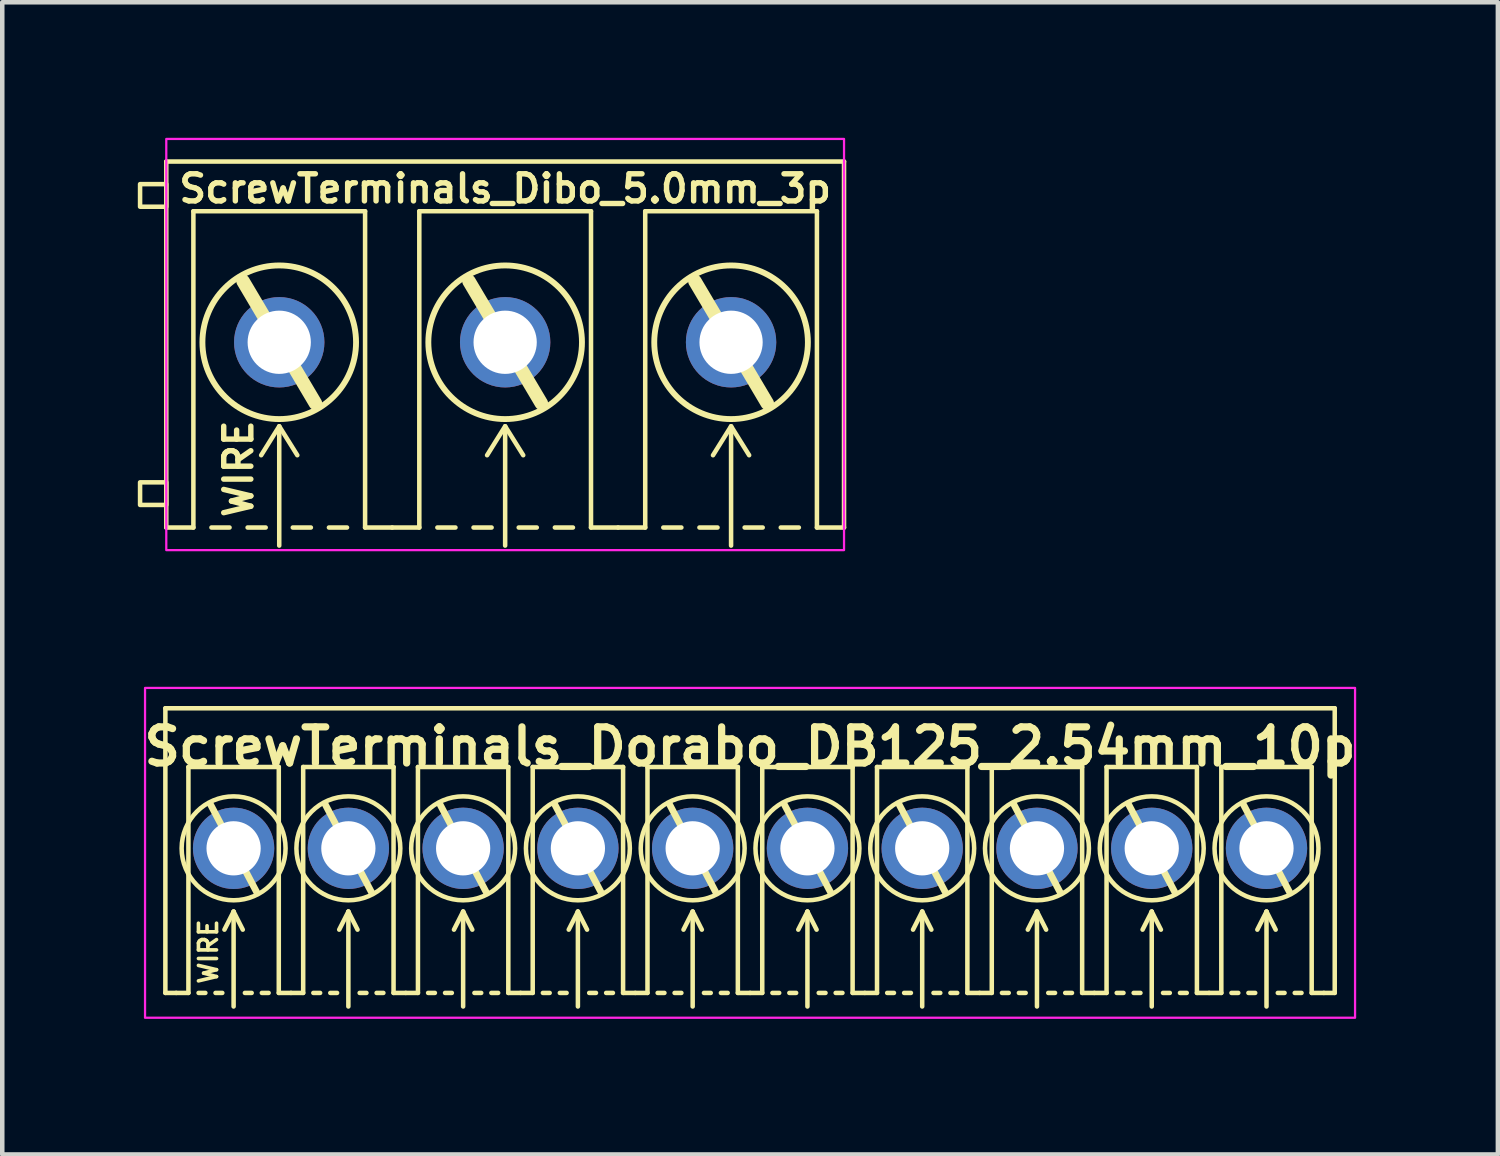
<source format=kicad_pcb>
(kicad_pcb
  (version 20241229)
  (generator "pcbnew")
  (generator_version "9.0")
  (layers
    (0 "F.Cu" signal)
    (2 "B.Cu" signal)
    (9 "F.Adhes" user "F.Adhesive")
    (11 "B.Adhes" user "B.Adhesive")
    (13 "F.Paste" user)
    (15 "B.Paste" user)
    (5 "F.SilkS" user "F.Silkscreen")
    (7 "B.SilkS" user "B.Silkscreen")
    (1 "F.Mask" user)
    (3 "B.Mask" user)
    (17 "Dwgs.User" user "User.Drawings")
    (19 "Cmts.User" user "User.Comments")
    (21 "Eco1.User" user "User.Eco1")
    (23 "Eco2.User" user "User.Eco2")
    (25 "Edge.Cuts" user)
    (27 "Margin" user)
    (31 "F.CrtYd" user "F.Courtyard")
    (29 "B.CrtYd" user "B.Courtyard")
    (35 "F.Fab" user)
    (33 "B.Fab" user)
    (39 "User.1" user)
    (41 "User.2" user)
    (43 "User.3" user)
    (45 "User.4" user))
  (footprint "ScrewTerminals_Dorabo_DB125_2.54mm_10p"
    (layer "F.Cu")
    (at 13.55 15.725)
    (property "Reference" "ScrewTerminals_Dorabo_DB125_2.54mm_10p" (at 0 -2.25 0) (unlocked yes) (layer "F.SilkS") (effects (font (size 0.8 0.8) (thickness 0.16) (bold yes))))
    (attr through_hole)
    (fp_line (start -12.94 -3.1) (end 12.94 -3.1) (stroke (width 0.1) (type default)) (layer "F.SilkS"))
    (fp_line (start -12.94 3.2) (end -12.94 -3.1) (stroke (width 0.1) (type default)) (layer "F.SilkS"))
    (fp_line (start -12.94 3.2) (end -12.7 3.2) (stroke (width 0.1) (type default)) (layer "F.SilkS"))
    (fp_line (start -12.7 3.2) (end -12.43 3.2) (stroke (width 0.1) (type default)) (layer "F.SilkS"))
    (fp_line (start -12.43 -1.8) (end -10.43 -1.8) (stroke (width 0.1) (type solid)) (layer "F.SilkS"))
    (fp_line (start -12.43 3.2) (end -12.43 -1.8) (stroke (width 0.1) (type solid)) (layer "F.SilkS"))
    (fp_line (start -12.205 3.2) (end -12.055 3.2) (stroke (width 0.1) (type default)) (layer "F.SilkS"))
    (fp_line (start -11.938 -0.965) (end -10.922 0.965) (stroke (width 0.15) (type default)) (layer "F.SilkS"))
    (fp_line (start -11.83 3.2) (end -11.68 3.2) (stroke (width 0.1) (type default)) (layer "F.SilkS"))
    (fp_line (start -11.43 1.4) (end -11.633 1.8) (stroke (width 0.1) (type default)) (layer "F.SilkS"))
    (fp_line (start -11.43 1.4) (end -11.227 1.8) (stroke (width 0.1) (type default)) (layer "F.SilkS"))
    (fp_line (start -11.43 3.5) (end -11.43 1.4) (stroke (width 0.1) (type default)) (layer "F.SilkS"))
    (fp_line (start -11.18 3.2) (end -11.03 3.2) (stroke (width 0.1) (type default)) (layer "F.SilkS"))
    (fp_line (start -10.805 3.2) (end -10.655 3.2) (stroke (width 0.1) (type default)) (layer "F.SilkS"))
    (fp_line (start -10.43 -1.8) (end -10.43 3.2) (stroke (width 0.1) (type solid)) (layer "F.SilkS"))
    (fp_line (start -10.43 3.2) (end -10.16 3.2) (stroke (width 0.1) (type default)) (layer "F.SilkS"))
    (fp_line (start -10.16 3.2) (end -9.89 3.2) (stroke (width 0.1) (type default)) (layer "F.SilkS"))
    (fp_line (start -9.89 -1.8) (end -7.89 -1.8) (stroke (width 0.1) (type solid)) (layer "F.SilkS"))
    (fp_line (start -9.89 3.2) (end -9.89 -1.8) (stroke (width 0.1) (type solid)) (layer "F.SilkS"))
    (fp_line (start -9.665 3.2) (end -9.515 3.2) (stroke (width 0.1) (type default)) (layer "F.SilkS"))
    (fp_line (start -9.398 -0.965) (end -8.382 0.965) (stroke (width 0.15) (type default)) (layer "F.SilkS"))
    (fp_line (start -9.29 3.2) (end -9.14 3.2) (stroke (width 0.1) (type default)) (layer "F.SilkS"))
    (fp_line (start -8.89 1.4) (end -9.093 1.8) (stroke (width 0.1) (type default)) (layer "F.SilkS"))
    (fp_line (start -8.89 1.4) (end -8.687 1.8) (stroke (width 0.1) (type default)) (layer "F.SilkS"))
    (fp_line (start -8.89 3.5) (end -8.89 1.4) (stroke (width 0.1) (type default)) (layer "F.SilkS"))
    (fp_line (start -8.64 3.2) (end -8.49 3.2) (stroke (width 0.1) (type default)) (layer "F.SilkS"))
    (fp_line (start -8.265 3.2) (end -8.115 3.2) (stroke (width 0.1) (type default)) (layer "F.SilkS"))
    (fp_line (start -7.89 -1.8) (end -7.89 3.2) (stroke (width 0.1) (type solid)) (layer "F.SilkS"))
    (fp_line (start -7.89 3.2) (end -7.62 3.2) (stroke (width 0.1) (type default)) (layer "F.SilkS"))
    (fp_line (start -7.62 3.2) (end -7.35 3.2) (stroke (width 0.1) (type default)) (layer "F.SilkS"))
    (fp_line (start -7.35 -1.8) (end -5.35 -1.8) (stroke (width 0.1) (type solid)) (layer "F.SilkS"))
    (fp_line (start -7.35 3.2) (end -7.35 -1.8) (stroke (width 0.1) (type solid)) (layer "F.SilkS"))
    (fp_line (start -7.125 3.2) (end -6.975 3.2) (stroke (width 0.1) (type default)) (layer "F.SilkS"))
    (fp_line (start -6.858 -0.965) (end -5.842 0.965) (stroke (width 0.15) (type default)) (layer "F.SilkS"))
    (fp_line (start -6.75 3.2) (end -6.6 3.2) (stroke (width 0.1) (type default)) (layer "F.SilkS"))
    (fp_line (start -6.35 1.4) (end -6.553 1.8) (stroke (width 0.1) (type default)) (layer "F.SilkS"))
    (fp_line (start -6.35 1.4) (end -6.147 1.8) (stroke (width 0.1) (type default)) (layer "F.SilkS"))
    (fp_line (start -6.35 3.5) (end -6.35 1.4) (stroke (width 0.1) (type default)) (layer "F.SilkS"))
    (fp_line (start -6.1 3.2) (end -5.95 3.2) (stroke (width 0.1) (type default)) (layer "F.SilkS"))
    (fp_line (start -5.725 3.2) (end -5.575 3.2) (stroke (width 0.1) (type default)) (layer "F.SilkS"))
    (fp_line (start -5.35 -1.8) (end -5.35 3.2) (stroke (width 0.1) (type solid)) (layer "F.SilkS"))
    (fp_line (start -5.35 3.2) (end -5.08 3.2) (stroke (width 0.1) (type default)) (layer "F.SilkS"))
    (fp_line (start -5.08 3.2) (end -4.81 3.2) (stroke (width 0.1) (type default)) (layer "F.SilkS"))
    (fp_line (start -4.81 -1.8) (end -2.81 -1.8) (stroke (width 0.1) (type solid)) (layer "F.SilkS"))
    (fp_line (start -4.81 3.2) (end -4.81 -1.8) (stroke (width 0.1) (type solid)) (layer "F.SilkS"))
    (fp_line (start -4.585 3.2) (end -4.435 3.2) (stroke (width 0.1) (type default)) (layer "F.SilkS"))
    (fp_line (start -4.318 -0.965) (end -3.302 0.965) (stroke (width 0.15) (type default)) (layer "F.SilkS"))
    (fp_line (start -4.21 3.2) (end -4.06 3.2) (stroke (width 0.1) (type default)) (layer "F.SilkS"))
    (fp_line (start -3.81 1.4) (end -4.013 1.8) (stroke (width 0.1) (type default)) (layer "F.SilkS"))
    (fp_line (start -3.81 1.4) (end -3.607 1.8) (stroke (width 0.1) (type default)) (layer "F.SilkS"))
    (fp_line (start -3.81 3.5) (end -3.81 1.4) (stroke (width 0.1) (type default)) (layer "F.SilkS"))
    (fp_line (start -3.56 3.2) (end -3.41 3.2) (stroke (width 0.1) (type default)) (layer "F.SilkS"))
    (fp_line (start -3.185 3.2) (end -3.035 3.2) (stroke (width 0.1) (type default)) (layer "F.SilkS"))
    (fp_line (start -2.81 -1.8) (end -2.81 3.2) (stroke (width 0.1) (type solid)) (layer "F.SilkS"))
    (fp_line (start -2.81 3.2) (end -2.54 3.2) (stroke (width 0.1) (type default)) (layer "F.SilkS"))
    (fp_line (start -2.54 3.2) (end -2.27 3.2) (stroke (width 0.1) (type default)) (layer "F.SilkS"))
    (fp_line (start -2.27 -1.8) (end -0.27 -1.8) (stroke (width 0.1) (type solid)) (layer "F.SilkS"))
    (fp_line (start -2.27 3.2) (end -2.27 -1.8) (stroke (width 0.1) (type solid)) (layer "F.SilkS"))
    (fp_line (start -2.045 3.2) (end -1.895 3.2) (stroke (width 0.1) (type default)) (layer "F.SilkS"))
    (fp_line (start -1.778 -0.965) (end -0.762 0.965) (stroke (width 0.15) (type default)) (layer "F.SilkS"))
    (fp_line (start -1.67 3.2) (end -1.52 3.2) (stroke (width 0.1) (type default)) (layer "F.SilkS"))
    (fp_line (start -1.27 1.4) (end -1.473 1.8) (stroke (width 0.1) (type default)) (layer "F.SilkS"))
    (fp_line (start -1.27 1.4) (end -1.067 1.8) (stroke (width 0.1) (type default)) (layer "F.SilkS"))
    (fp_line (start -1.27 3.5) (end -1.27 1.4) (stroke (width 0.1) (type default)) (layer "F.SilkS"))
    (fp_line (start -1.02 3.2) (end -0.87 3.2) (stroke (width 0.1) (type default)) (layer "F.SilkS"))
    (fp_line (start -0.645 3.2) (end -0.495 3.2) (stroke (width 0.1) (type default)) (layer "F.SilkS"))
    (fp_line (start -0.27 -1.8) (end -0.27 3.2) (stroke (width 0.1) (type solid)) (layer "F.SilkS"))
    (fp_line (start -0.27 3.2) (end 0 3.2) (stroke (width 0.1) (type default)) (layer "F.SilkS"))
    (fp_line (start 0 3.2) (end 0.27 3.2) (stroke (width 0.1) (type default)) (layer "F.SilkS"))
    (fp_line (start 0.27 -1.8) (end 2.27 -1.8) (stroke (width 0.1) (type solid)) (layer "F.SilkS"))
    (fp_line (start 0.27 3.2) (end 0.27 -1.8) (stroke (width 0.1) (type solid)) (layer "F.SilkS"))
    (fp_line (start 0.495 3.2) (end 0.645 3.2) (stroke (width 0.1) (type default)) (layer "F.SilkS"))
    (fp_line (start 0.762 -0.965) (end 1.778 0.965) (stroke (width 0.15) (type default)) (layer "F.SilkS"))
    (fp_line (start 0.87 3.2) (end 1.02 3.2) (stroke (width 0.1) (type default)) (layer "F.SilkS"))
    (fp_line (start 1.27 1.4) (end 1.067 1.8) (stroke (width 0.1) (type default)) (layer "F.SilkS"))
    (fp_line (start 1.27 1.4) (end 1.473 1.8) (stroke (width 0.1) (type default)) (layer "F.SilkS"))
    (fp_line (start 1.27 3.5) (end 1.27 1.4) (stroke (width 0.1) (type default)) (layer "F.SilkS"))
    (fp_line (start 1.52 3.2) (end 1.67 3.2) (stroke (width 0.1) (type default)) (layer "F.SilkS"))
    (fp_line (start 1.895 3.2) (end 2.045 3.2) (stroke (width 0.1) (type default)) (layer "F.SilkS"))
    (fp_line (start 2.27 -1.8) (end 2.27 3.2) (stroke (width 0.1) (type solid)) (layer "F.SilkS"))
    (fp_line (start 2.27 3.2) (end 2.54 3.2) (stroke (width 0.1) (type default)) (layer "F.SilkS"))
    (fp_line (start 2.54 3.2) (end 2.81 3.2) (stroke (width 0.1) (type default)) (layer "F.SilkS"))
    (fp_line (start 2.81 -1.8) (end 4.81 -1.8) (stroke (width 0.1) (type solid)) (layer "F.SilkS"))
    (fp_line (start 2.81 3.2) (end 2.81 -1.8) (stroke (width 0.1) (type solid)) (layer "F.SilkS"))
    (fp_line (start 3.035 3.2) (end 3.185 3.2) (stroke (width 0.1) (type default)) (layer "F.SilkS"))
    (fp_line (start 3.302 -0.965) (end 4.318 0.965) (stroke (width 0.15) (type default)) (layer "F.SilkS"))
    (fp_line (start 3.41 3.2) (end 3.56 3.2) (stroke (width 0.1) (type default)) (layer "F.SilkS"))
    (fp_line (start 3.81 1.4) (end 3.607 1.8) (stroke (width 0.1) (type default)) (layer "F.SilkS"))
    (fp_line (start 3.81 1.4) (end 4.013 1.8) (stroke (width 0.1) (type default)) (layer "F.SilkS"))
    (fp_line (start 3.81 3.5) (end 3.81 1.4) (stroke (width 0.1) (type default)) (layer "F.SilkS"))
    (fp_line (start 4.06 3.2) (end 4.21 3.2) (stroke (width 0.1) (type default)) (layer "F.SilkS"))
    (fp_line (start 4.435 3.2) (end 4.585 3.2) (stroke (width 0.1) (type default)) (layer "F.SilkS"))
    (fp_line (start 4.81 -1.8) (end 4.81 3.2) (stroke (width 0.1) (type solid)) (layer "F.SilkS"))
    (fp_line (start 4.81 3.2) (end 5.08 3.2) (stroke (width 0.1) (type default)) (layer "F.SilkS"))
    (fp_line (start 5.08 3.2) (end 5.35 3.2) (stroke (width 0.1) (type default)) (layer "F.SilkS"))
    (fp_line (start 5.35 -1.8) (end 7.35 -1.8) (stroke (width 0.1) (type solid)) (layer "F.SilkS"))
    (fp_line (start 5.35 3.2) (end 5.35 -1.8) (stroke (width 0.1) (type solid)) (layer "F.SilkS"))
    (fp_line (start 5.575 3.2) (end 5.725 3.2) (stroke (width 0.1) (type default)) (layer "F.SilkS"))
    (fp_line (start 5.842 -0.965) (end 6.858 0.965) (stroke (width 0.15) (type default)) (layer "F.SilkS"))
    (fp_line (start 5.95 3.2) (end 6.1 3.2) (stroke (width 0.1) (type default)) (layer "F.SilkS"))
    (fp_line (start 6.35 1.4) (end 6.147 1.8) (stroke (width 0.1) (type default)) (layer "F.SilkS"))
    (fp_line (start 6.35 1.4) (end 6.553 1.8) (stroke (width 0.1) (type default)) (layer "F.SilkS"))
    (fp_line (start 6.35 3.5) (end 6.35 1.4) (stroke (width 0.1) (type default)) (layer "F.SilkS"))
    (fp_line (start 6.6 3.2) (end 6.75 3.2) (stroke (width 0.1) (type default)) (layer "F.SilkS"))
    (fp_line (start 6.975 3.2) (end 7.125 3.2) (stroke (width 0.1) (type default)) (layer "F.SilkS"))
    (fp_line (start 7.35 -1.8) (end 7.35 3.2) (stroke (width 0.1) (type solid)) (layer "F.SilkS"))
    (fp_line (start 7.35 3.2) (end 7.62 3.2) (stroke (width 0.1) (type default)) (layer "F.SilkS"))
    (fp_line (start 7.62 3.2) (end 7.89 3.2) (stroke (width 0.1) (type default)) (layer "F.SilkS"))
    (fp_line (start 7.89 -1.8) (end 9.89 -1.8) (stroke (width 0.1) (type solid)) (layer "F.SilkS"))
    (fp_line (start 7.89 3.2) (end 7.89 -1.8) (stroke (width 0.1) (type solid)) (layer "F.SilkS"))
    (fp_line (start 8.115 3.2) (end 8.265 3.2) (stroke (width 0.1) (type default)) (layer "F.SilkS"))
    (fp_line (start 8.382 -0.965) (end 9.398 0.965) (stroke (width 0.15) (type default)) (layer "F.SilkS"))
    (fp_line (start 8.49 3.2) (end 8.64 3.2) (stroke (width 0.1) (type default)) (layer "F.SilkS"))
    (fp_line (start 8.89 1.4) (end 8.687 1.8) (stroke (width 0.1) (type default)) (layer "F.SilkS"))
    (fp_line (start 8.89 1.4) (end 9.093 1.8) (stroke (width 0.1) (type default)) (layer "F.SilkS"))
    (fp_line (start 8.89 3.5) (end 8.89 1.4) (stroke (width 0.1) (type default)) (layer "F.SilkS"))
    (fp_line (start 9.14 3.2) (end 9.29 3.2) (stroke (width 0.1) (type default)) (layer "F.SilkS"))
    (fp_line (start 9.515 3.2) (end 9.665 3.2) (stroke (width 0.1) (type default)) (layer "F.SilkS"))
    (fp_line (start 9.89 -1.8) (end 9.89 3.2) (stroke (width 0.1) (type solid)) (layer "F.SilkS"))
    (fp_line (start 9.89 3.2) (end 10.16 3.2) (stroke (width 0.1) (type default)) (layer "F.SilkS"))
    (fp_line (start 10.16 3.2) (end 10.43 3.2) (stroke (width 0.1) (type default)) (layer "F.SilkS"))
    (fp_line (start 10.43 -1.8) (end 12.43 -1.8) (stroke (width 0.1) (type solid)) (layer "F.SilkS"))
    (fp_line (start 10.43 3.2) (end 10.43 -1.8) (stroke (width 0.1) (type solid)) (layer "F.SilkS"))
    (fp_line (start 10.655 3.2) (end 10.805 3.2) (stroke (width 0.1) (type default)) (layer "F.SilkS"))
    (fp_line (start 10.922 -0.965) (end 11.938 0.965) (stroke (width 0.15) (type default)) (layer "F.SilkS"))
    (fp_line (start 11.03 3.2) (end 11.18 3.2) (stroke (width 0.1) (type default)) (layer "F.SilkS"))
    (fp_line (start 11.43 1.4) (end 11.227 1.8) (stroke (width 0.1) (type default)) (layer "F.SilkS"))
    (fp_line (start 11.43 1.4) (end 11.633 1.8) (stroke (width 0.1) (type default)) (layer "F.SilkS"))
    (fp_line (start 11.43 3.5) (end 11.43 1.4) (stroke (width 0.1) (type default)) (layer "F.SilkS"))
    (fp_line (start 11.68 3.2) (end 11.83 3.2) (stroke (width 0.1) (type default)) (layer "F.SilkS"))
    (fp_line (start 12.055 3.2) (end 12.205 3.2) (stroke (width 0.1) (type default)) (layer "F.SilkS"))
    (fp_line (start 12.43 -1.8) (end 12.43 3.2) (stroke (width 0.1) (type solid)) (layer "F.SilkS"))
    (fp_line (start 12.43 3.2) (end 12.7 3.2) (stroke (width 0.1) (type default)) (layer "F.SilkS"))
    (fp_line (start 12.94 3.2) (end 12.7 3.2) (stroke (width 0.1) (type default)) (layer "F.SilkS"))
    (fp_line (start 12.94 3.2) (end 12.94 -3.1) (stroke (width 0.1) (type default)) (layer "F.SilkS"))
    (fp_circle (center -11.43 0) (end -12.58 0) (stroke (width 0.1) (type default)) (fill no) (layer "F.SilkS"))
    (fp_circle (center -8.89 0) (end -10.04 0) (stroke (width 0.1) (type default)) (fill no) (layer "F.SilkS"))
    (fp_circle (center -6.35 0) (end -7.5 0) (stroke (width 0.1) (type default)) (fill no) (layer "F.SilkS"))
    (fp_circle (center -3.81 0) (end -4.96 0) (stroke (width 0.1) (type default)) (fill no) (layer "F.SilkS"))
    (fp_circle (center -1.27 0) (end -2.42 0) (stroke (width 0.1) (type default)) (fill no) (layer "F.SilkS"))
    (fp_circle (center 1.27 0) (end 0.12 0) (stroke (width 0.1) (type default)) (fill no) (layer "F.SilkS"))
    (fp_circle (center 3.81 0) (end 2.66 0) (stroke (width 0.1) (type default)) (fill no) (layer "F.SilkS"))
    (fp_circle (center 6.35 0) (end 5.2 0) (stroke (width 0.1) (type default)) (fill no) (layer "F.SilkS"))
    (fp_circle (center 8.89 0) (end 7.74 0) (stroke (width 0.1) (type default)) (fill no) (layer "F.SilkS"))
    (fp_circle (center 11.43 0) (end 10.28 0) (stroke (width 0.1) (type default)) (fill no) (layer "F.SilkS"))
    (fp_rect (start -13.39 -3.55) (end 13.39 3.75) (stroke (width 0.05) (type default)) (fill no) (layer "F.CrtYd"))
    (fp_text user "WIRE" (at -11.989 2.286 90) (unlocked yes) (layer "F.SilkS") (effects (font (size 0.4 0.4) (thickness 0.08) (bold yes))))
    (pad "1" thru_hole circle (at -11.43 0) (size 1.8 1.8) (drill 1.2) (layers "*.Cu" "*.Mask"))
    (pad "2" thru_hole circle (at -8.89 0) (size 1.8 1.8) (drill 1.2) (layers "*.Cu" "*.Mask"))
    (pad "3" thru_hole circle (at -6.35 0) (size 1.8 1.8) (drill 1.2) (layers "*.Cu" "*.Mask"))
    (pad "4" thru_hole circle (at -3.81 0) (size 1.8 1.8) (drill 1.2) (layers "*.Cu" "*.Mask"))
    (pad "5" thru_hole circle (at -1.27 0) (size 1.8 1.8) (drill 1.2) (layers "*.Cu" "*.Mask"))
    (pad "6" thru_hole circle (at 1.27 0) (size 1.8 1.8) (drill 1.2) (layers "*.Cu" "*.Mask"))
    (pad "7" thru_hole circle (at 3.81 0) (size 1.8 1.8) (drill 1.2) (layers "*.Cu" "*.Mask"))
    (pad "8" thru_hole circle (at 6.35 0) (size 1.8 1.8) (drill 1.2) (layers "*.Cu" "*.Mask"))
    (pad "9" thru_hole circle (at 8.89 0) (size 1.8 1.8) (drill 1.2) (layers "*.Cu" "*.Mask"))
    (pad "10" thru_hole circle (at 11.43 0) (size 1.8 1.8) (drill 1.2) (layers "*.Cu" "*.Mask")))
  (footprint "ScrewTerminals_Dibo_5.0mm_3p"
    (layer "F.Cu")
    (at 8.13 4.525)
    (property "Reference" "ScrewTerminals_Dibo_5.0mm_3p" (at 0 -3.4 0) (unlocked yes) (layer "F.SilkS") (effects (font (size 0.6 0.6) (thickness 0.12) (bold yes))))
    (attr through_hole)
    (fp_line (start -7.5 -4) (end 7.5 -4) (stroke (width 0.1) (type default)) (layer "F.SilkS"))
    (fp_line (start -7.5 4.1) (end -7.5 -4) (stroke (width 0.1) (type default)) (layer "F.SilkS"))
    (fp_line (start -7.5 4.1) (end -6.9 4.1) (stroke (width 0.1) (type default)) (layer "F.SilkS"))
    (fp_line (start -6.9 -2.9) (end -3.1 -2.9) (stroke (width 0.1) (type solid)) (layer "F.SilkS"))
    (fp_line (start -6.9 4.1) (end -6.9 -2.9) (stroke (width 0.1) (type solid)) (layer "F.SilkS"))
    (fp_line (start -6.1 4.1) (end -6.5 4.1) (stroke (width 0.1) (type default)) (layer "F.SilkS"))
    (fp_line (start -5.8 -1.35) (end -4.2 1.35) (stroke (width 0.3) (type default)) (layer "F.SilkS"))
    (fp_line (start -5.3 4.1) (end -5.7 4.1) (stroke (width 0.1) (type default)) (layer "F.SilkS"))
    (fp_line (start -5 1.859) (end -5.4 2.5) (stroke (width 0.1) (type default)) (layer "F.SilkS"))
    (fp_line (start -5 1.859) (end -4.6 2.5) (stroke (width 0.1) (type default)) (layer "F.SilkS"))
    (fp_line (start -5 4.5) (end -5 1.879) (stroke (width 0.1) (type default)) (layer "F.SilkS"))
    (fp_line (start -4.7 4.1) (end -4.3 4.1) (stroke (width 0.1) (type default)) (layer "F.SilkS"))
    (fp_line (start -3.9 4.1) (end -3.5 4.1) (stroke (width 0.1) (type default)) (layer "F.SilkS"))
    (fp_line (start -3.1 -2.9) (end -3.1 4.1) (stroke (width 0.1) (type solid)) (layer "F.SilkS"))
    (fp_line (start -3.1 4.1) (end -2.5 4.1) (stroke (width 0.1) (type default)) (layer "F.SilkS"))
    (fp_line (start -2.5 4.1) (end -1.9 4.1) (stroke (width 0.1) (type default)) (layer "F.SilkS"))
    (fp_line (start -1.9 -2.9) (end 1.9 -2.9) (stroke (width 0.1) (type solid)) (layer "F.SilkS"))
    (fp_line (start -1.9 4.1) (end -1.9 -2.9) (stroke (width 0.1) (type solid)) (layer "F.SilkS"))
    (fp_line (start -1.1 4.1) (end -1.5 4.1) (stroke (width 0.1) (type default)) (layer "F.SilkS"))
    (fp_line (start -0.8 -1.35) (end 0.8 1.35) (stroke (width 0.3) (type default)) (layer "F.SilkS"))
    (fp_line (start -0.3 4.1) (end -0.7 4.1) (stroke (width 0.1) (type default)) (layer "F.SilkS"))
    (fp_line (start 0 1.859) (end -0.4 2.5) (stroke (width 0.1) (type default)) (layer "F.SilkS"))
    (fp_line (start 0 1.859) (end 0.4 2.5) (stroke (width 0.1) (type default)) (layer "F.SilkS"))
    (fp_line (start 0 4.5) (end 0 1.879) (stroke (width 0.1) (type default)) (layer "F.SilkS"))
    (fp_line (start 0.3 4.1) (end 0.7 4.1) (stroke (width 0.1) (type default)) (layer "F.SilkS"))
    (fp_line (start 1.1 4.1) (end 1.5 4.1) (stroke (width 0.1) (type default)) (layer "F.SilkS"))
    (fp_line (start 1.9 -2.9) (end 1.9 4.1) (stroke (width 0.1) (type solid)) (layer "F.SilkS"))
    (fp_line (start 1.9 4.1) (end 2.5 4.1) (stroke (width 0.1) (type default)) (layer "F.SilkS"))
    (fp_line (start 2.5 4.1) (end 3.1 4.1) (stroke (width 0.1) (type default)) (layer "F.SilkS"))
    (fp_line (start 3.1 -2.9) (end 6.9 -2.9) (stroke (width 0.1) (type solid)) (layer "F.SilkS"))
    (fp_line (start 3.1 4.1) (end 3.1 -2.9) (stroke (width 0.1) (type solid)) (layer "F.SilkS"))
    (fp_line (start 3.9 4.1) (end 3.5 4.1) (stroke (width 0.1) (type default)) (layer "F.SilkS"))
    (fp_line (start 4.2 -1.35) (end 5.8 1.35) (stroke (width 0.3) (type default)) (layer "F.SilkS"))
    (fp_line (start 4.7 4.1) (end 4.3 4.1) (stroke (width 0.1) (type default)) (layer "F.SilkS"))
    (fp_line (start 5 1.859) (end 4.6 2.5) (stroke (width 0.1) (type default)) (layer "F.SilkS"))
    (fp_line (start 5 1.859) (end 5.4 2.5) (stroke (width 0.1) (type default)) (layer "F.SilkS"))
    (fp_line (start 5 4.5) (end 5 1.879) (stroke (width 0.1) (type default)) (layer "F.SilkS"))
    (fp_line (start 5.3 4.1) (end 5.7 4.1) (stroke (width 0.1) (type default)) (layer "F.SilkS"))
    (fp_line (start 6.1 4.1) (end 6.5 4.1) (stroke (width 0.1) (type default)) (layer "F.SilkS"))
    (fp_line (start 6.9 -2.9) (end 6.9 4.1) (stroke (width 0.1) (type solid)) (layer "F.SilkS"))
    (fp_line (start 6.9 4.1) (end 7.5 4.1) (stroke (width 0.1) (type default)) (layer "F.SilkS"))
    (fp_line (start 7.5 4.1) (end 7.5 -4) (stroke (width 0.1) (type default)) (layer "F.SilkS"))
    (fp_rect (start -8.08 -3.5) (end -7.5 -3) (stroke (width 0.1) (type solid)) (fill no) (layer "F.SilkS"))
    (fp_rect (start -8.08 3.1) (end -7.5 3.6) (stroke (width 0.1) (type solid)) (fill no) (layer "F.SilkS"))
    (fp_circle (center -5 0) (end -3.3 0) (stroke (width 0.13) (type default)) (fill no) (layer "F.SilkS"))
    (fp_circle (center 0 0) (end 1.7 0) (stroke (width 0.13) (type default)) (fill no) (layer "F.SilkS"))
    (fp_circle (center 5 0) (end 6.7 0) (stroke (width 0.13) (type default)) (fill no) (layer "F.SilkS"))
    (fp_rect (start -7.5 -4.5) (end 7.5 4.6) (stroke (width 0.05) (type solid)) (fill no) (layer "F.CrtYd"))
    (fp_text user "WIRE" (at -5.9 2.8 90) (unlocked yes) (layer "F.SilkS") (effects (font (size 0.6 0.6) (thickness 0.12) (bold yes))))
    (pad "1" thru_hole circle (at -5 0 180) (size 2 2) (drill 1.4) (layers "*.Cu" "*.Mask"))
    (pad "2" thru_hole circle (at 0 0 180) (size 2 2) (drill 1.4) (layers "*.Cu" "*.Mask"))
    (pad "3" thru_hole circle (at 5 0 180) (size 2 2) (drill 1.4) (layers "*.Cu" "*.Mask")))
  (gr_rect
    (start -3 -3)
    (end 30.101 22.5)
    (stroke (width 0.1) (type default))
    (fill no)
    (layer "Edge.Cuts")))
</source>
